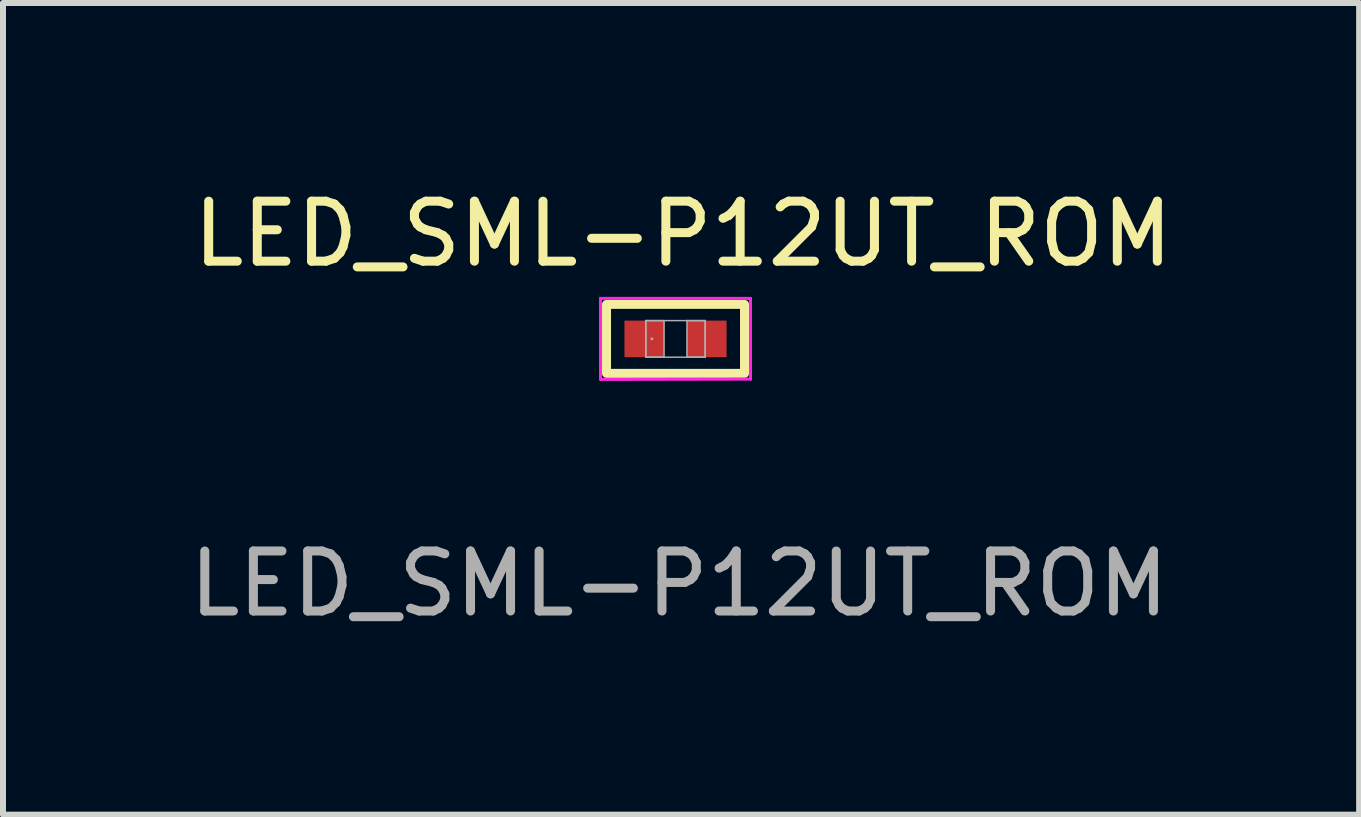
<source format=kicad_pcb>
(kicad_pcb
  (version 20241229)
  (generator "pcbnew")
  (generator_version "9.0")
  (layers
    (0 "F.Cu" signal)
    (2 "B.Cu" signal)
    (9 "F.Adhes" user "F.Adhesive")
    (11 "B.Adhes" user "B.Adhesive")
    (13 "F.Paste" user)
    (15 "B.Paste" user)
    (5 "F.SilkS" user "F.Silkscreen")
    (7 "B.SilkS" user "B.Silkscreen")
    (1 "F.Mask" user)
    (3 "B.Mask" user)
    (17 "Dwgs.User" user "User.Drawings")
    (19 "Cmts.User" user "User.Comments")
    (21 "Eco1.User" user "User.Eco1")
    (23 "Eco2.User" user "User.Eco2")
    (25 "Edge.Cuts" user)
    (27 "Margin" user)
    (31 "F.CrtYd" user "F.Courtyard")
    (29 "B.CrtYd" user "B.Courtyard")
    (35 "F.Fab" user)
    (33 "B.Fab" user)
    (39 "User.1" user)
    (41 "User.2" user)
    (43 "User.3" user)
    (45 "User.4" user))
  (footprint "LED_SML-P12UT_ROM"
    (layer "F.Cu")
    (at 8.208 2.598)
    (property "Reference" "LED_SML-P12UT_ROM" (at 0.125 -1.75 0) (unlocked yes) (layer "F.SilkS") (effects (font (size 1 1) (thickness 0.15))))
    (attr smd)
    (fp_rect (start -1.15 -0.575) (end 1.15 0.575) (stroke (width 0.15) (type solid)) (fill no) (layer "F.SilkS"))
    (fp_line (start -1.25 -0.675) (end 1.25 -0.675) (stroke (width 0.05) (type solid)) (layer "F.CrtYd"))
    (fp_line (start -1.25 0.675) (end -1.25 -0.675) (stroke (width 0.05) (type solid)) (layer "F.CrtYd"))
    (fp_line (start 1.25 -0.675) (end 1.25 0.67) (stroke (width 0.05) (type solid)) (layer "F.CrtYd"))
    (fp_line (start 1.25 0.67) (end -1.25 0.675) (stroke (width 0.05) (type solid)) (layer "F.CrtYd"))
    (fp_line (start -0.495 -0.305) (end -0.495 0.305) (stroke (width 0.025) (type solid)) (layer "F.Fab"))
    (fp_line (start -0.495 -0.305) (end -0.495 0.305) (stroke (width 0.025) (type solid)) (layer "F.Fab"))
    (fp_line (start -0.495 0.305) (end -0.191 0.305) (stroke (width 0.025) (type solid)) (layer "F.Fab"))
    (fp_line (start -0.495 0.305) (end 0.495 0.305) (stroke (width 0.025) (type solid)) (layer "F.Fab"))
    (fp_line (start -0.191 -0.305) (end -0.495 -0.305) (stroke (width 0.025) (type solid)) (layer "F.Fab"))
    (fp_line (start -0.191 0.305) (end -0.191 -0.305) (stroke (width 0.025) (type solid)) (layer "F.Fab"))
    (fp_line (start 0.191 -0.305) (end 0.191 0.305) (stroke (width 0.025) (type solid)) (layer "F.Fab"))
    (fp_line (start 0.191 0.305) (end 0.495 0.305) (stroke (width 0.025) (type solid)) (layer "F.Fab"))
    (fp_line (start 0.495 -0.305) (end -0.495 -0.305) (stroke (width 0.025) (type solid)) (layer "F.Fab"))
    (fp_line (start 0.495 -0.305) (end 0.191 -0.305) (stroke (width 0.025) (type solid)) (layer "F.Fab"))
    (fp_line (start 0.495 0.305) (end 0.495 -0.305) (stroke (width 0.025) (type solid)) (layer "F.Fab"))
    (fp_line (start 0.495 0.305) (end 0.495 -0.305) (stroke (width 0.025) (type solid)) (layer "F.Fab"))
    (fp_circle (center -0.394 0) (end -0.394 0) (stroke (width 0.025) (type solid)) (fill no) (layer "F.Fab"))
    (fp_text user "${REFERENCE}" (at 0.06 4.08 0) (unlocked yes) (layer "F.Fab") (effects (font (size 1 1) (thickness 0.15))))
    (pad "1" smd rect (at -0.521 0) (size 0.66 0.61) (layers "F.Cu" "F.Mask" "F.Paste"))
    (pad "2" smd rect (at 0.521 0) (size 0.66 0.61) (layers "F.Cu" "F.Mask" "F.Paste"))
    (zone (net_name "") (layer "F.Cu") (hatch full 0.508) (connect_pads) (min_thickness 0.254) (filled_areas_thickness no) (keepout (tracks not_allowed) (vias not_allowed) (pads allowed) (copperpour not_allowed) (footprints allowed)) (placement (enabled no)) (fill) (polygon (pts (xy 8.068 2.344) (xy 8.348 2.344) (xy 8.348 2.852) (xy 8.068 2.852)))))
  (gr_rect
    (start -3 -3)
    (end 19.601 10.527)
    (stroke (width 0.1) (type default))
    (fill no)
    (layer "Edge.Cuts")))
</source>
